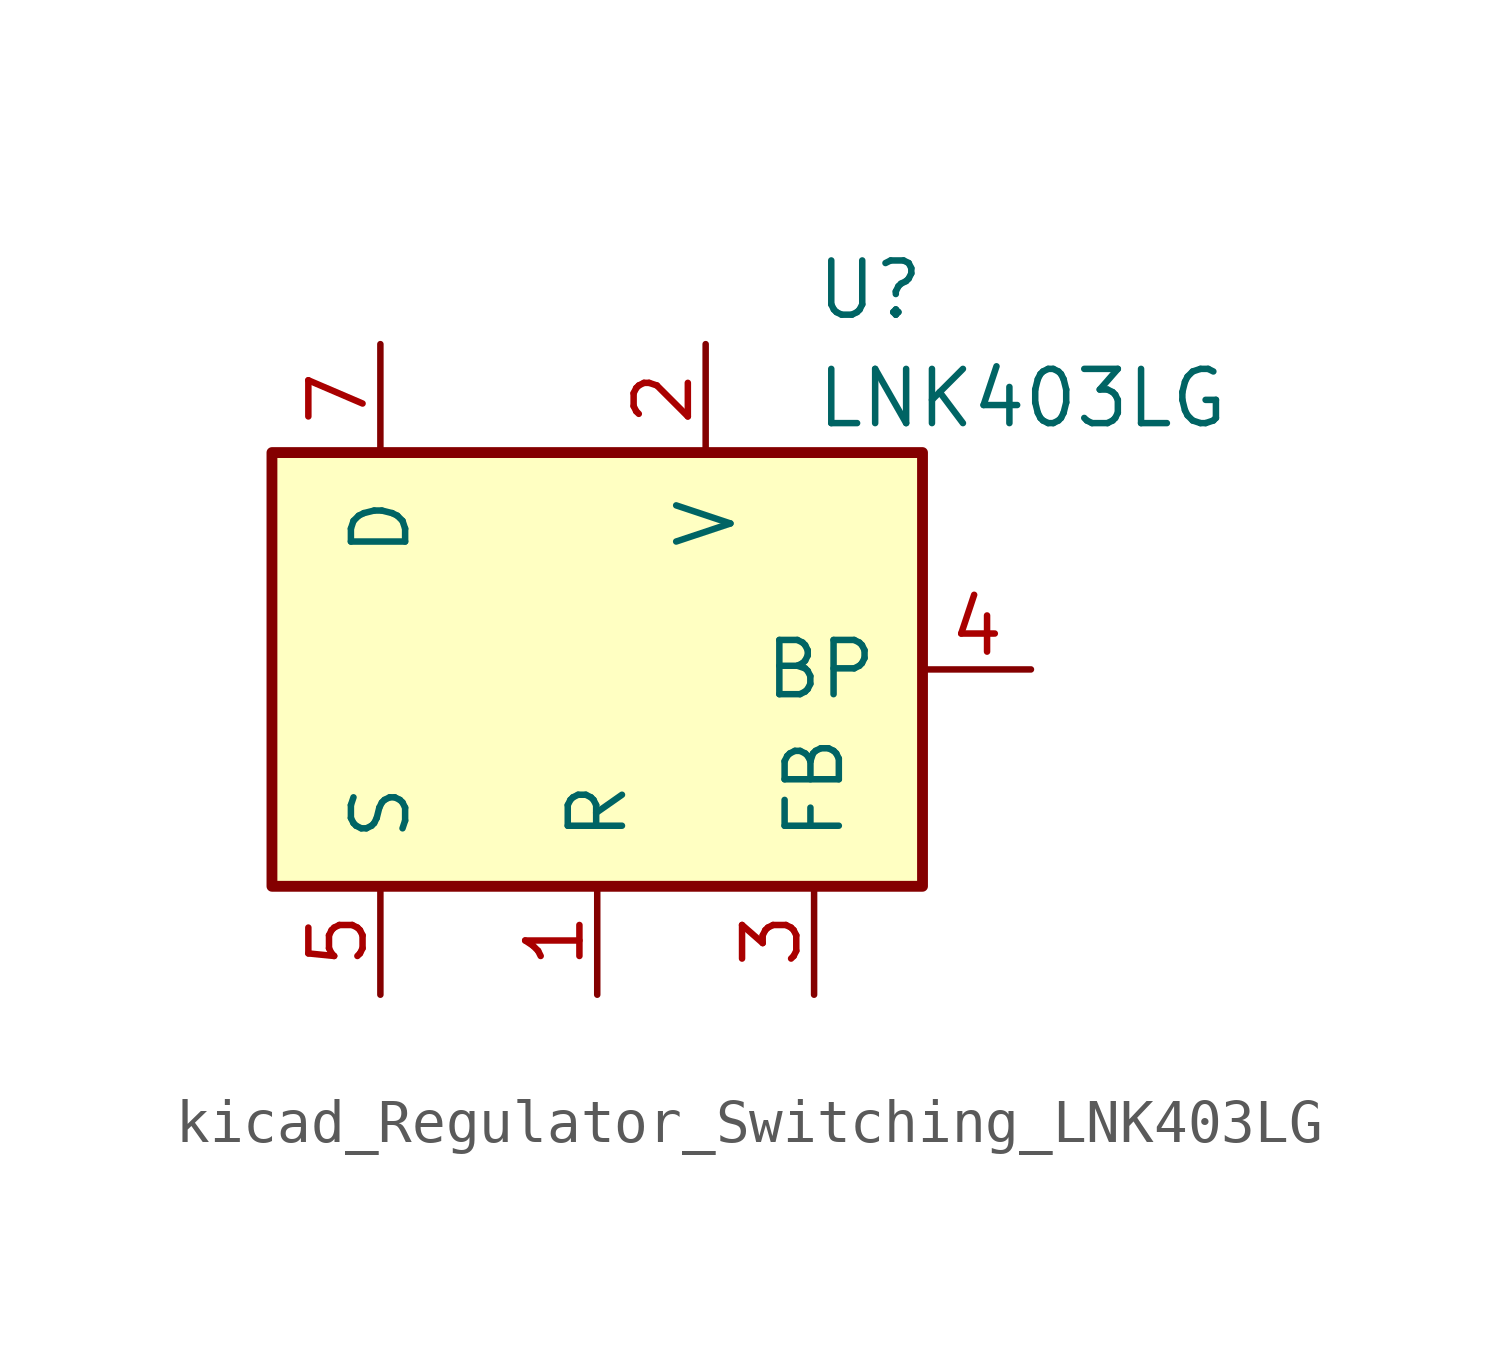
<source format=kicad_sym>
(kicad_symbol_lib
  (version 20220914)
  (generator kicad_symbol_editor)
  (symbol "kicad_Regulator_Switching_LNK403LG"
    (pin_names
      (offset 1.016))
    (property "Reference" "U"
      (at 5.08 8.89 0)
      (effects (font (size 1.27 1.27)) (justify left)))
    (property "Value" "LNK403LG"
      (at 5.08 6.35 0)
      (effects (font (size 1.27 1.27)) (justify left)))
    (symbol "kicad_Regulator_Switching_LNK403LG_0_1"
      (rectangle (start -7.62 5.08) (end 7.62 -5.08) (stroke (width 0.254) (type default)) (fill (type background))))
    (symbol "kicad_Regulator_Switching_LNK403LG_1_1"
      (pin input line (at 0 -7.62 90) (length 2.54) (name "R" (effects (font (size 1.27 1.27)))) (number "1" (effects (font (size 1.27 1.27)))))
      (pin input line (at 2.54 7.62 270) (length 2.54) (name "V" (effects (font (size 1.27 1.27)))) (number "2" (effects (font (size 1.27 1.27)))))
      (pin input line (at 5.08 -7.62 90) (length 2.54) (name "FB" (effects (font (size 1.27 1.27)))) (number "3" (effects (font (size 1.27 1.27)))))
      (pin input line (at 10.16 0 180) (length 2.54) (name "BP" (effects (font (size 1.27 1.27)))) (number "4" (effects (font (size 1.27 1.27)))))
      (pin power_in line (at -5.08 -7.62 90) (length 2.54) (name "S" (effects (font (size 1.27 1.27)))) (number "5" (effects (font (size 1.27 1.27)))))
      (pin open_collector line (at -5.08 7.62 270) (length 2.54) (name "D" (effects (font (size 1.27 1.27)))) (number "7" (effects (font (size 1.27 1.27))))))))
</source>
